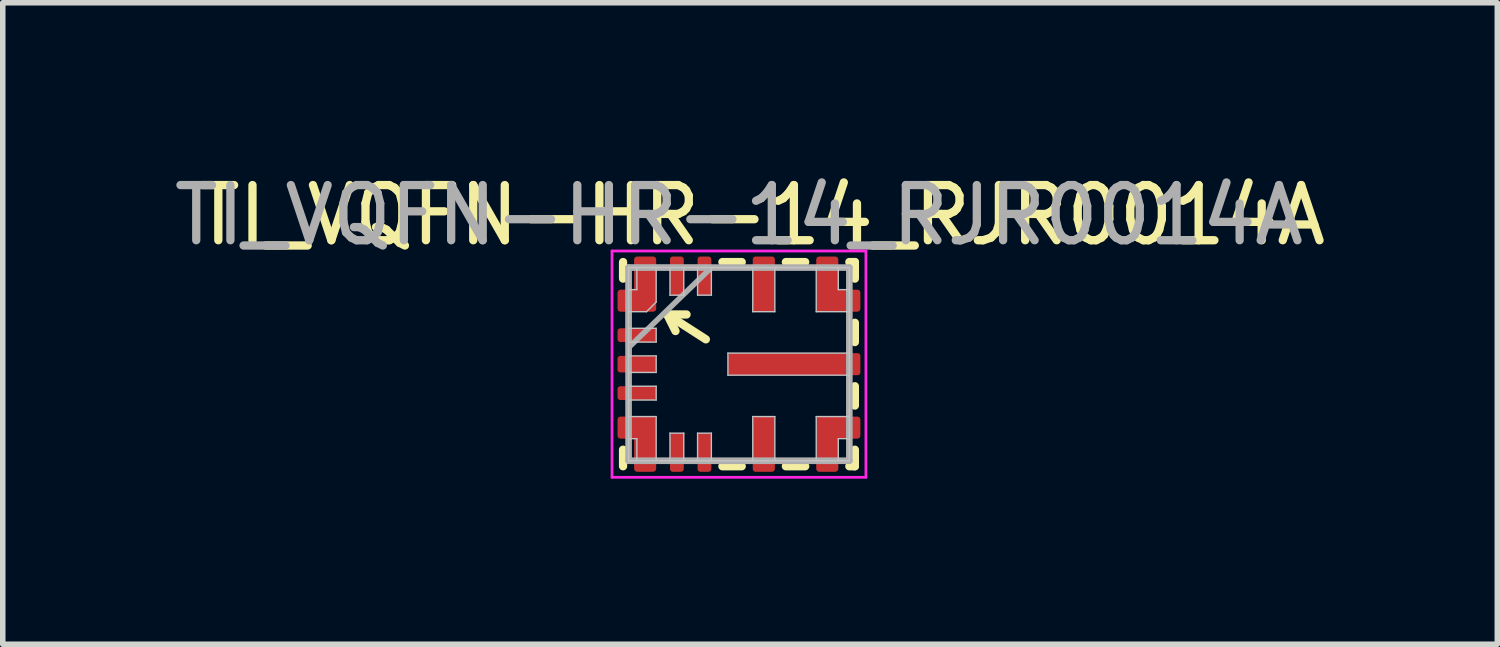
<source format=kicad_pcb>
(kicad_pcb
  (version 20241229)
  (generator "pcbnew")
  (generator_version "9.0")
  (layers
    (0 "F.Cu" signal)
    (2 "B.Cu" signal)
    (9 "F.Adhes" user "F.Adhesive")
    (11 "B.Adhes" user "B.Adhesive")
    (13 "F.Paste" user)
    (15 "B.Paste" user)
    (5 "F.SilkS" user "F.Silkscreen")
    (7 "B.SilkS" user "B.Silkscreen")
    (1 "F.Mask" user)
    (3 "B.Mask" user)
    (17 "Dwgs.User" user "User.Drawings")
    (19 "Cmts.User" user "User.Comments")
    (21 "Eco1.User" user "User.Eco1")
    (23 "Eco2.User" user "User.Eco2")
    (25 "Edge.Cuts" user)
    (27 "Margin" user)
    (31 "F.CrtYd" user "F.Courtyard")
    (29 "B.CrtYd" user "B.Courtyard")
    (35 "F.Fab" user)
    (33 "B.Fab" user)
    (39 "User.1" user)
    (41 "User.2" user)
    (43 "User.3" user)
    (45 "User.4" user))
  (footprint "TI_VQFN-HR-14_RJR0014A"
    (layer "F.Cu")
    (at 10.339 3.548)
    (property "Reference" "TI_VQFN-HR-14_RJR0014A" (at 0 -2.7 0) (layer "F.Fab") (effects (font (size 1 1) (thickness 0.15))))
    (attr smd)
    (fp_line (start -2.1 -1.85) (end -2.1 -1.55) (stroke (width 0.15) (type solid)) (layer "F.SilkS"))
    (fp_line (start -2.1 1.55) (end -2.1 1.85) (stroke (width 0.15) (type solid)) (layer "F.SilkS"))
    (fp_line (start -1.3 -0.9) (end -1.15 -0.6) (stroke (width 0.15) (type solid)) (layer "F.SilkS"))
    (fp_line (start -1.3 -0.9) (end -0.95 -0.9) (stroke (width 0.15) (type solid)) (layer "F.SilkS"))
    (fp_line (start -1.3 -0.9) (end -0.6 -0.45) (stroke (width 0.15) (type solid)) (layer "F.SilkS"))
    (fp_line (start -0.3 -1.85) (end 0.05 -1.85) (stroke (width 0.15) (type solid)) (layer "F.SilkS"))
    (fp_line (start -0.3 1.85) (end 0.05 1.85) (stroke (width 0.15) (type solid)) (layer "F.SilkS"))
    (fp_line (start 0.85 -1.85) (end 1.2 -1.85) (stroke (width 0.15) (type solid)) (layer "F.SilkS"))
    (fp_line (start 0.85 1.85) (end 1.2 1.85) (stroke (width 0.15) (type solid)) (layer "F.SilkS"))
    (fp_line (start 2.1 -1.85) (end 2 -1.85) (stroke (width 0.15) (type solid)) (layer "F.SilkS"))
    (fp_line (start 2.1 -1.85) (end 2.1 -1.55) (stroke (width 0.15) (type solid)) (layer "F.SilkS"))
    (fp_line (start 2.1 -0.75) (end 2.1 -0.4) (stroke (width 0.15) (type solid)) (layer "F.SilkS"))
    (fp_line (start 2.1 0.4) (end 2.1 0.75) (stroke (width 0.15) (type solid)) (layer "F.SilkS"))
    (fp_line (start 2.1 1.55) (end 2.1 1.85) (stroke (width 0.15) (type solid)) (layer "F.SilkS"))
    (fp_line (start 2.1 1.85) (end 2 1.85) (stroke (width 0.15) (type solid)) (layer "F.SilkS"))
    (fp_line (start -2 -1.75) (end 2 -1.75) (stroke (width 0.025) (type solid)) (layer "Dwgs.User"))
    (fp_line (start -2 -1.35) (end -1.85 -1.35) (stroke (width 0.025) (type solid)) (layer "Dwgs.User"))
    (fp_line (start -2 -0.65) (end -1.5 -0.65) (stroke (width 0.025) (type solid)) (layer "Dwgs.User"))
    (fp_line (start -2 -0.15) (end -1.5 -0.15) (stroke (width 0.025) (type solid)) (layer "Dwgs.User"))
    (fp_line (start -2 0.4) (end -1.5 0.4) (stroke (width 0.025) (type solid)) (layer "Dwgs.User"))
    (fp_line (start -2 0.95) (end -1.5 0.95) (stroke (width 0.025) (type solid)) (layer "Dwgs.User"))
    (fp_line (start -2 1.75) (end -2 -1.75) (stroke (width 0.025) (type solid)) (layer "Dwgs.User"))
    (fp_line (start -1.85 -1.35) (end -1.85 -1.75) (stroke (width 0.025) (type solid)) (layer "Dwgs.User"))
    (fp_line (start -1.85 1.35) (end -2 1.35) (stroke (width 0.025) (type solid)) (layer "Dwgs.User"))
    (fp_line (start -1.85 1.75) (end -1.85 1.35) (stroke (width 0.025) (type solid)) (layer "Dwgs.User"))
    (fp_line (start -1.675 -0.95) (end -2 -0.95) (stroke (width 0.025) (type solid)) (layer "Dwgs.User"))
    (fp_line (start -1.5 -1.75) (end -1.5 -1.125) (stroke (width 0.025) (type solid)) (layer "Dwgs.User"))
    (fp_line (start -1.5 -1.125) (end -1.675 -0.95) (stroke (width 0.025) (type solid)) (layer "Dwgs.User"))
    (fp_line (start -1.5 -0.65) (end -1.5 -0.4) (stroke (width 0.025) (type solid)) (layer "Dwgs.User"))
    (fp_line (start -1.5 -0.4) (end -2 -0.4) (stroke (width 0.025) (type solid)) (layer "Dwgs.User"))
    (fp_line (start -1.5 -0.15) (end -1.5 0.15) (stroke (width 0.025) (type solid)) (layer "Dwgs.User"))
    (fp_line (start -1.5 0.15) (end -2 0.15) (stroke (width 0.025) (type solid)) (layer "Dwgs.User"))
    (fp_line (start -1.5 0.4) (end -1.5 0.65) (stroke (width 0.025) (type solid)) (layer "Dwgs.User"))
    (fp_line (start -1.5 0.65) (end -2 0.65) (stroke (width 0.025) (type solid)) (layer "Dwgs.User"))
    (fp_line (start -1.5 0.95) (end -1.5 1.75) (stroke (width 0.025) (type solid)) (layer "Dwgs.User"))
    (fp_line (start -1.25 -1.75) (end -1.25 -1.25) (stroke (width 0.025) (type solid)) (layer "Dwgs.User"))
    (fp_line (start -1.25 -1.25) (end -1 -1.25) (stroke (width 0.025) (type solid)) (layer "Dwgs.User"))
    (fp_line (start -1.25 1.25) (end -1 1.25) (stroke (width 0.025) (type solid)) (layer "Dwgs.User"))
    (fp_line (start -1.25 1.75) (end -1.25 1.25) (stroke (width 0.025) (type solid)) (layer "Dwgs.User"))
    (fp_line (start -1 -1.25) (end -1 -1.75) (stroke (width 0.025) (type solid)) (layer "Dwgs.User"))
    (fp_line (start -1 1.25) (end -1 1.75) (stroke (width 0.025) (type solid)) (layer "Dwgs.User"))
    (fp_line (start -0.75 -1.75) (end -0.75 -1.25) (stroke (width 0.025) (type solid)) (layer "Dwgs.User"))
    (fp_line (start -0.75 -1.25) (end -0.5 -1.25) (stroke (width 0.025) (type solid)) (layer "Dwgs.User"))
    (fp_line (start -0.75 1.25) (end -0.5 1.25) (stroke (width 0.025) (type solid)) (layer "Dwgs.User"))
    (fp_line (start -0.75 1.75) (end -0.75 1.25) (stroke (width 0.025) (type solid)) (layer "Dwgs.User"))
    (fp_line (start -0.5 -1.25) (end -0.5 -1.75) (stroke (width 0.025) (type solid)) (layer "Dwgs.User"))
    (fp_line (start -0.5 1.25) (end -0.5 1.75) (stroke (width 0.025) (type solid)) (layer "Dwgs.User"))
    (fp_line (start -0.2 -0.2) (end -0.2 0.2) (stroke (width 0.025) (type solid)) (layer "Dwgs.User"))
    (fp_line (start -0.2 0.2) (end 2 0.2) (stroke (width 0.025) (type solid)) (layer "Dwgs.User"))
    (fp_line (start 0.25 -1.75) (end 0.25 -0.95) (stroke (width 0.025) (type solid)) (layer "Dwgs.User"))
    (fp_line (start 0.25 -0.95) (end 0.65 -0.95) (stroke (width 0.025) (type solid)) (layer "Dwgs.User"))
    (fp_line (start 0.25 0.95) (end 0.65 0.95) (stroke (width 0.025) (type solid)) (layer "Dwgs.User"))
    (fp_line (start 0.25 1.75) (end 0.25 0.95) (stroke (width 0.025) (type solid)) (layer "Dwgs.User"))
    (fp_line (start 0.65 -0.95) (end 0.65 -1.75) (stroke (width 0.025) (type solid)) (layer "Dwgs.User"))
    (fp_line (start 0.65 0.95) (end 0.65 1.75) (stroke (width 0.025) (type solid)) (layer "Dwgs.User"))
    (fp_line (start 1.4 -1.75) (end 1.4 -0.95) (stroke (width 0.025) (type solid)) (layer "Dwgs.User"))
    (fp_line (start 1.4 -0.95) (end 2 -0.95) (stroke (width 0.025) (type solid)) (layer "Dwgs.User"))
    (fp_line (start 1.4 0.95) (end 2 0.95) (stroke (width 0.025) (type solid)) (layer "Dwgs.User"))
    (fp_line (start 1.4 1.75) (end 1.4 0.95) (stroke (width 0.025) (type solid)) (layer "Dwgs.User"))
    (fp_line (start 1.8 -1.35) (end 1.8 -1.75) (stroke (width 0.025) (type solid)) (layer "Dwgs.User"))
    (fp_line (start 1.8 1.35) (end 1.8 1.75) (stroke (width 0.025) (type solid)) (layer "Dwgs.User"))
    (fp_line (start 2 -1.75) (end 2 1.75) (stroke (width 0.025) (type solid)) (layer "Dwgs.User"))
    (fp_line (start 2 -1.35) (end 1.8 -1.35) (stroke (width 0.025) (type solid)) (layer "Dwgs.User"))
    (fp_line (start 2 -0.2) (end -0.2 -0.2) (stroke (width 0.025) (type solid)) (layer "Dwgs.User"))
    (fp_line (start 2 1.35) (end 1.8 1.35) (stroke (width 0.025) (type solid)) (layer "Dwgs.User"))
    (fp_line (start 2 1.75) (end -2 1.75) (stroke (width 0.025) (type solid)) (layer "Dwgs.User"))
    (fp_line (start -2.3 -2.05) (end 2.3 -2.05) (stroke (width 0.05) (type solid)) (layer "F.CrtYd"))
    (fp_line (start -2.3 2.05) (end -2.3 -2.05) (stroke (width 0.05) (type solid)) (layer "F.CrtYd"))
    (fp_line (start -2.3 2.05) (end 2.3 2.05) (stroke (width 0.05) (type solid)) (layer "F.CrtYd"))
    (fp_line (start 2.3 2.05) (end 2.3 -2.05) (stroke (width 0.05) (type solid)) (layer "F.CrtYd"))
    (fp_line (start -2 -1.75) (end 2 -1.75) (stroke (width 0.12) (type solid)) (layer "F.Fab"))
    (fp_line (start -2 1.75) (end -2 -1.75) (stroke (width 0.12) (type solid)) (layer "F.Fab"))
    (fp_line (start 2 -1.75) (end 2 1.75) (stroke (width 0.12) (type solid)) (layer "F.Fab"))
    (fp_line (start 2 1.75) (end -2 1.75) (stroke (width 0.12) (type solid)) (layer "F.Fab"))
    (fp_poly (pts (xy -2 -0.3) (xy -0.5 -1.75) (xy -2 -1.75)) (stroke (width 0.1) (type solid)) (fill no) (layer "F.Fab"))
    (fp_text user "${REFERENCE}" (at 0.4 -2.7 0) (layer "F.SilkS") (effects (font (size 1 1) (thickness 0.15))))
    (pad "" smd custom (at -1.85 -1.15) (size 0.1 0.1) (layers "F.Paste") (options (anchor rect)) (primitives (gr_poly (pts (xy 0.05 -0.75) (xy 0.3 -0.75) (xy 0.3 0.15) (xy -0.3 0.15) (xy -0.3 -0.1) (xy 0.05 -0.1)) (width 0.1) (fill yes))))
    (pad "" smd custom (at -1.85 1.15) (size 0.1 0.1) (layers "F.Paste") (options (anchor rect)) (primitives (gr_poly (pts (xy 0.05 0.75) (xy 0.3 0.75) (xy 0.3 -0.15) (xy -0.3 -0.15) (xy -0.3 0.1) (xy 0.05 0.1)) (width 0.1) (fill yes))))
    (pad "" smd roundrect (at 0.35 0) (size 1.1 0.4) (layers "F.Paste") (roundrect_rratio 0.125))
    (pad "" smd roundrect (at 1.65 0) (size 1.1 0.4) (layers "F.Paste") (roundrect_rratio 0.125))
    (pad "" smd custom (at 1.8 -1.15) (size 0.1 0.1) (layers "F.Paste") (options (anchor rect)) (primitives (gr_poly (pts (xy -0.1 -0.75) (xy -0.35 -0.75) (xy -0.35 0.15) (xy 0.35 0.15) (xy 0.35 -0.1) (xy -0.1 -0.1)) (width 0.1) (fill yes))))
    (pad "" smd custom (at 1.8 1.15) (size 0.1 0.1) (layers "F.Paste") (options (anchor rect)) (primitives (gr_poly (pts (xy -0.1 0.75) (xy -0.35 0.75) (xy -0.35 -0.15) (xy 0.35 -0.15) (xy 0.35 0.1) (xy -0.1 0.1)) (width 0.1) (fill yes))))
    (pad "1" smd custom (at -1.85 -1.15) (size 0.6 0.3) (layers "F.Cu" "F.Mask") (options (anchor rect)) (primitives (gr_poly (pts (xy 0 -0.75) (xy 0.3 -0.75) (xy 0.3 0.15) (xy -0.3 0.15) (xy -0.3 -0.15) (xy 0 -0.15)) (width 0.1) (fill yes))))
    (pad "2" smd roundrect (at -1.85 -0.525) (size 0.7 0.25) (layers "F.Cu" "F.Mask" "F.Paste") (roundrect_rratio 0.2))
    (pad "3" smd roundrect (at -1.85 0) (size 0.7 0.3) (layers "F.Cu" "F.Mask" "F.Paste") (roundrect_rratio 0.167))
    (pad "4" smd roundrect (at -1.85 0.525) (size 0.7 0.25) (layers "F.Cu" "F.Mask" "F.Paste") (roundrect_rratio 0.2))
    (pad "5" smd custom (at -1.85 1.15) (size 0.6 0.3) (layers "F.Cu" "F.Mask") (options (anchor rect)) (primitives (gr_poly (pts (xy 0 0.75) (xy 0.3 0.75) (xy 0.3 -0.15) (xy -0.3 -0.15) (xy -0.3 0.15) (xy 0 0.15)) (width 0.1) (fill yes))))
    (pad "6" smd roundrect (at -1.125 1.6 90) (size 0.7 0.25) (layers "F.Cu" "F.Mask" "F.Paste") (roundrect_rratio 0.2))
    (pad "7" smd roundrect (at -0.625 1.6 90) (size 0.7 0.25) (layers "F.Cu" "F.Mask" "F.Paste") (roundrect_rratio 0.2))
    (pad "8" smd roundrect (at 0.45 1.45 90) (size 1 0.4) (layers "F.Cu" "F.Mask" "F.Paste") (roundrect_rratio 0.125))
    (pad "9" smd custom (at 1.8 1.15) (size 0.6 0.3) (layers "F.Cu" "F.Mask") (options (anchor rect)) (primitives (gr_poly (pts (xy -0.05 0.75) (xy -0.35 0.75) (xy -0.35 -0.15) (xy 0.35 -0.15) (xy 0.35 0.15) (xy -0.05 0.15)) (width 0.1) (fill yes))))
    (pad "10" smd roundrect (at 1 0) (size 2.4 0.4) (layers "F.Cu" "F.Mask") (roundrect_rratio 0.125))
    (pad "11" smd custom (at 1.8 -1.15) (size 0.6 0.3) (layers "F.Cu" "F.Mask") (options (anchor rect)) (primitives (gr_poly (pts (xy -0.05 -0.75) (xy -0.35 -0.75) (xy -0.35 0.15) (xy 0.35 0.15) (xy 0.35 -0.15) (xy -0.05 -0.15)) (width 0.1) (fill yes))))
    (pad "12" smd roundrect (at 0.45 -1.45 90) (size 1 0.4) (layers "F.Cu" "F.Mask" "F.Paste") (roundrect_rratio 0.125))
    (pad "13" smd roundrect (at -0.625 -1.6 90) (size 0.7 0.25) (layers "F.Cu" "F.Mask" "F.Paste") (roundrect_rratio 0.2))
    (pad "14" smd roundrect (at -1.125 -1.6 90) (size 0.7 0.25) (layers "F.Cu" "F.Mask" "F.Paste") (roundrect_rratio 0.2)))
  (gr_rect
    (start -3 -3)
    (end 24.079 8.623)
    (stroke (width 0.1) (type default))
    (fill no)
    (layer "Edge.Cuts")))
</source>
